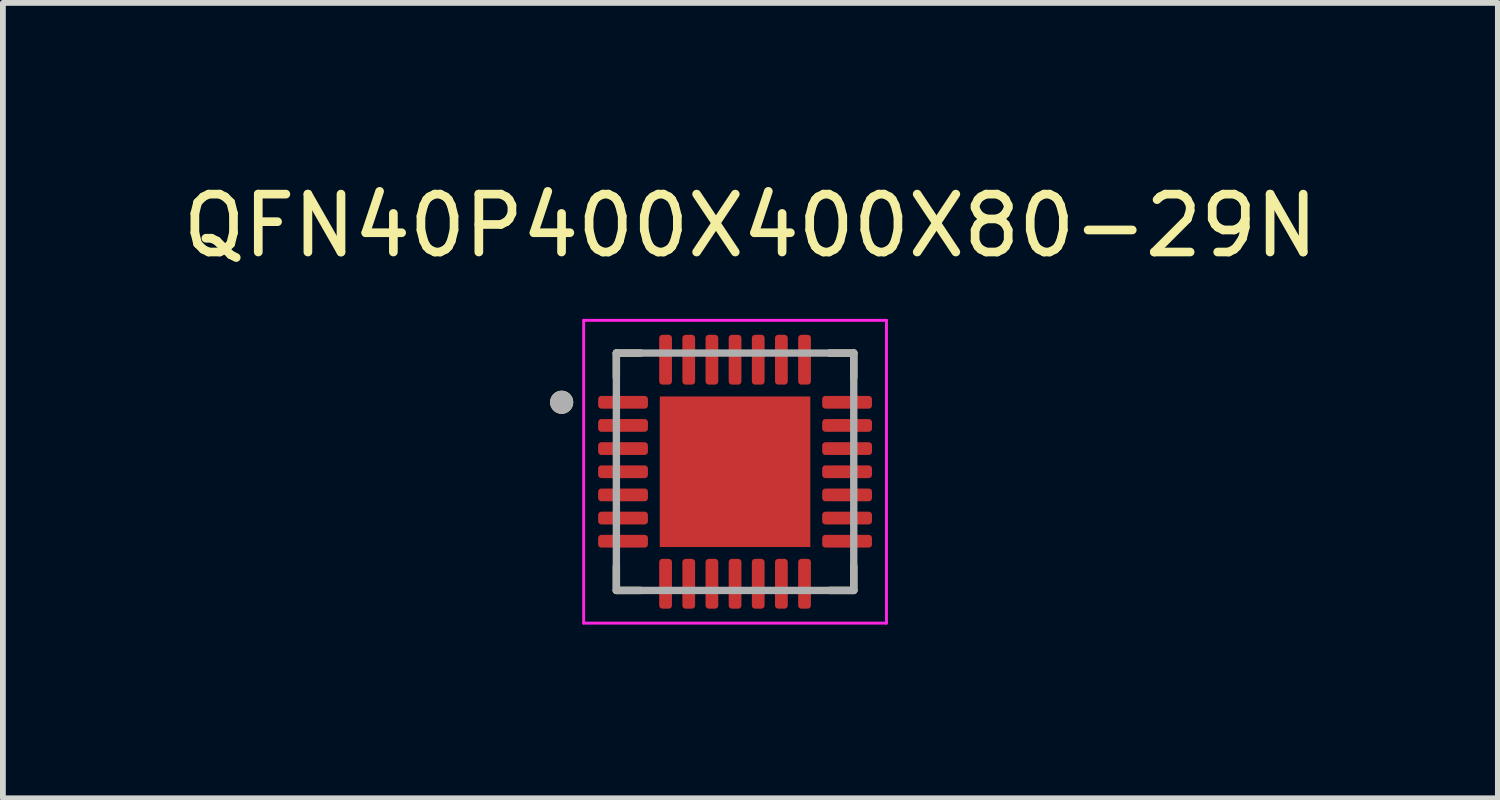
<source format=kicad_pcb>
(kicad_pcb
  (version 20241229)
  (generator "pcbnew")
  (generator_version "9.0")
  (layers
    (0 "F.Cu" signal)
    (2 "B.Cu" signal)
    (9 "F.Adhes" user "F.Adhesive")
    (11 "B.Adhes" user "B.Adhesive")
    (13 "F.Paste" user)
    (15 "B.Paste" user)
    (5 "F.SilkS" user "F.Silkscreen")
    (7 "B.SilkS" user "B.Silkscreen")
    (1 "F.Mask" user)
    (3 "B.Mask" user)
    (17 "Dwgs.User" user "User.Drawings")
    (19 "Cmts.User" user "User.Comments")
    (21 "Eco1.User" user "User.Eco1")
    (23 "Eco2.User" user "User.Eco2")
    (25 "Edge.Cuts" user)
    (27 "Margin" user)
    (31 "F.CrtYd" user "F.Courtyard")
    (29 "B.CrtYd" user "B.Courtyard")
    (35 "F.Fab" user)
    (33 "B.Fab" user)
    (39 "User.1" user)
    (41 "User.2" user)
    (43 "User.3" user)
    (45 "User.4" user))
  (footprint "QFN40P400X400X80-29N"
    (layer "F.Cu")
    (at 9.646 5.098)
    (property "Reference" "QFN40P400X400X80-29N" (at 0.265 -4.25 0) (layer "F.SilkS") (effects (font (size 1 1) (thickness 0.15))))
    (attr through_hole)
    (fp_line (start -2.05 -2.05) (end -2.05 -1.63) (stroke (width 0.127) (type solid)) (layer "F.SilkS"))
    (fp_line (start -2.05 -2.05) (end -1.63 -2.05) (stroke (width 0.127) (type solid)) (layer "F.SilkS"))
    (fp_line (start -2.05 2.05) (end -2.05 1.63) (stroke (width 0.127) (type solid)) (layer "F.SilkS"))
    (fp_line (start -2.05 2.05) (end -1.63 2.05) (stroke (width 0.127) (type solid)) (layer "F.SilkS"))
    (fp_line (start 2.05 -2.05) (end 1.63 -2.05) (stroke (width 0.127) (type solid)) (layer "F.SilkS"))
    (fp_line (start 2.05 -2.05) (end 2.05 -1.63) (stroke (width 0.127) (type solid)) (layer "F.SilkS"))
    (fp_line (start 2.05 2.05) (end 1.63 2.05) (stroke (width 0.127) (type solid)) (layer "F.SilkS"))
    (fp_line (start 2.05 2.05) (end 2.05 1.63) (stroke (width 0.127) (type solid)) (layer "F.SilkS"))
    (fp_circle (center -2.995 -1.2) (end -2.895 -1.2) (stroke (width 0.2) (type solid)) (fill no) (layer "F.SilkS"))
    (fp_circle (center 0 0) (end 0.95 0) (stroke (width 0.12) (type solid)) (fill yes) (layer "F.Paste"))
    (fp_line (start -2.615 -2.615) (end 2.615 -2.615) (stroke (width 0.05) (type solid)) (layer "F.CrtYd"))
    (fp_line (start -2.615 2.615) (end -2.615 -2.615) (stroke (width 0.05) (type solid)) (layer "F.CrtYd"))
    (fp_line (start -2.615 2.615) (end 2.615 2.615) (stroke (width 0.05) (type solid)) (layer "F.CrtYd"))
    (fp_line (start 2.615 2.615) (end 2.615 -2.615) (stroke (width 0.05) (type solid)) (layer "F.CrtYd"))
    (fp_line (start -2.05 2.05) (end -2.05 -2.05) (stroke (width 0.127) (type solid)) (layer "F.Fab"))
    (fp_line (start 2.05 -2.05) (end -2.05 -2.05) (stroke (width 0.127) (type solid)) (layer "F.Fab"))
    (fp_line (start 2.05 2.05) (end -2.05 2.05) (stroke (width 0.127) (type solid)) (layer "F.Fab"))
    (fp_line (start 2.05 2.05) (end 2.05 -2.05) (stroke (width 0.127) (type solid)) (layer "F.Fab"))
    (fp_circle (center -2.995 -1.2) (end -2.895 -1.2) (stroke (width 0.2) (type solid)) (fill no) (layer "F.Fab"))
    (pad "1" smd roundrect (at -1.935 -1.2 180) (size 0.86 0.22) (layers "F.Cu" "F.Mask" "F.Paste") (roundrect_rratio 0.25))
    (pad "2" smd roundrect (at -1.935 -0.8 180) (size 0.86 0.22) (layers "F.Cu" "F.Mask" "F.Paste") (roundrect_rratio 0.25))
    (pad "3" smd roundrect (at -1.935 -0.4 180) (size 0.86 0.22) (layers "F.Cu" "F.Mask" "F.Paste") (roundrect_rratio 0.25))
    (pad "4" smd roundrect (at -1.935 0 180) (size 0.86 0.22) (layers "F.Cu" "F.Mask" "F.Paste") (roundrect_rratio 0.25))
    (pad "5" smd roundrect (at -1.935 0.4 180) (size 0.86 0.22) (layers "F.Cu" "F.Mask" "F.Paste") (roundrect_rratio 0.25))
    (pad "6" smd roundrect (at -1.935 0.8 180) (size 0.86 0.22) (layers "F.Cu" "F.Mask" "F.Paste") (roundrect_rratio 0.25))
    (pad "7" smd roundrect (at -1.935 1.2 180) (size 0.86 0.22) (layers "F.Cu" "F.Mask" "F.Paste") (roundrect_rratio 0.25))
    (pad "8" smd roundrect (at -1.2 1.935 90) (size 0.86 0.22) (layers "F.Cu" "F.Mask" "F.Paste") (roundrect_rratio 0.25))
    (pad "9" smd roundrect (at -0.8 1.935 90) (size 0.86 0.22) (layers "F.Cu" "F.Mask" "F.Paste") (roundrect_rratio 0.25))
    (pad "10" smd roundrect (at -0.4 1.935 90) (size 0.86 0.22) (layers "F.Cu" "F.Mask" "F.Paste") (roundrect_rratio 0.25))
    (pad "11" smd roundrect (at 0 1.935 90) (size 0.86 0.22) (layers "F.Cu" "F.Mask" "F.Paste") (roundrect_rratio 0.25))
    (pad "12" smd roundrect (at 0.4 1.935 90) (size 0.86 0.22) (layers "F.Cu" "F.Mask" "F.Paste") (roundrect_rratio 0.25))
    (pad "13" smd roundrect (at 0.8 1.935 90) (size 0.86 0.22) (layers "F.Cu" "F.Mask" "F.Paste") (roundrect_rratio 0.25))
    (pad "14" smd roundrect (at 1.2 1.935 90) (size 0.86 0.22) (layers "F.Cu" "F.Mask" "F.Paste") (roundrect_rratio 0.25))
    (pad "15" smd roundrect (at 1.935 1.2 180) (size 0.86 0.22) (layers "F.Cu" "F.Mask" "F.Paste") (roundrect_rratio 0.25))
    (pad "16" smd roundrect (at 1.935 0.8 180) (size 0.86 0.22) (layers "F.Cu" "F.Mask" "F.Paste") (roundrect_rratio 0.25))
    (pad "17" smd roundrect (at 1.935 0.4 180) (size 0.86 0.22) (layers "F.Cu" "F.Mask" "F.Paste") (roundrect_rratio 0.25))
    (pad "18" smd roundrect (at 1.935 0 180) (size 0.86 0.22) (layers "F.Cu" "F.Mask" "F.Paste") (roundrect_rratio 0.25))
    (pad "19" smd roundrect (at 1.935 -0.4 180) (size 0.86 0.22) (layers "F.Cu" "F.Mask" "F.Paste") (roundrect_rratio 0.25))
    (pad "20" smd roundrect (at 1.935 -0.8 180) (size 0.86 0.22) (layers "F.Cu" "F.Mask" "F.Paste") (roundrect_rratio 0.25))
    (pad "21" smd roundrect (at 1.935 -1.2 180) (size 0.86 0.22) (layers "F.Cu" "F.Mask" "F.Paste") (roundrect_rratio 0.25))
    (pad "22" smd roundrect (at 1.2 -1.935 90) (size 0.86 0.22) (layers "F.Cu" "F.Mask" "F.Paste") (roundrect_rratio 0.25))
    (pad "23" smd roundrect (at 0.8 -1.935 90) (size 0.86 0.22) (layers "F.Cu" "F.Mask" "F.Paste") (roundrect_rratio 0.25))
    (pad "24" smd roundrect (at 0.4 -1.935 90) (size 0.86 0.22) (layers "F.Cu" "F.Mask" "F.Paste") (roundrect_rratio 0.25))
    (pad "25" smd roundrect (at 0 -1.935 90) (size 0.86 0.22) (layers "F.Cu" "F.Mask" "F.Paste") (roundrect_rratio 0.25))
    (pad "26" smd roundrect (at -0.4 -1.935 90) (size 0.86 0.22) (layers "F.Cu" "F.Mask" "F.Paste") (roundrect_rratio 0.25))
    (pad "27" smd roundrect (at -0.8 -1.935 90) (size 0.86 0.22) (layers "F.Cu" "F.Mask" "F.Paste") (roundrect_rratio 0.25))
    (pad "28" smd roundrect (at -1.2 -1.935 90) (size 0.86 0.22) (layers "F.Cu" "F.Mask" "F.Paste") (roundrect_rratio 0.25))
    (pad "29" smd rect (at 0 0) (size 2.6 2.6) (layers "F.Cu" "F.Mask")))
  (gr_rect
    (start -3 -3)
    (end 22.821 10.738)
    (stroke (width 0.1) (type default))
    (fill no)
    (layer "Edge.Cuts")))
</source>
